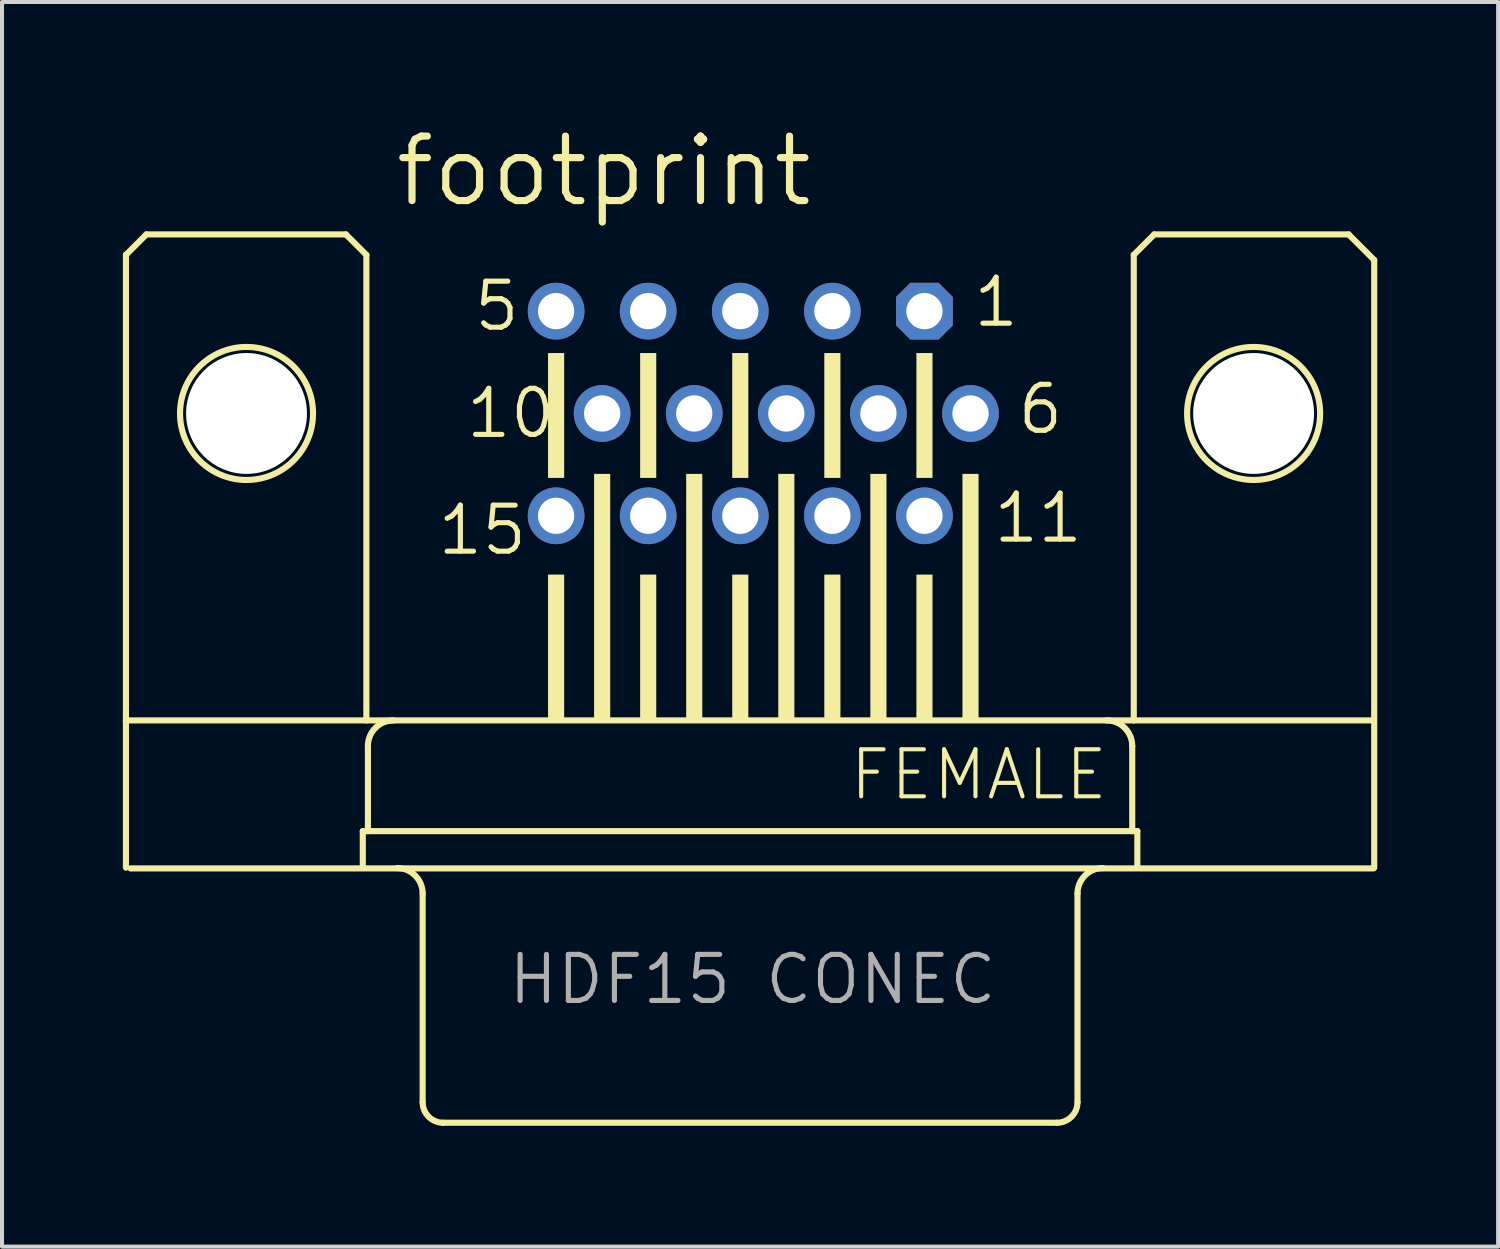
<source format=kicad_pcb>
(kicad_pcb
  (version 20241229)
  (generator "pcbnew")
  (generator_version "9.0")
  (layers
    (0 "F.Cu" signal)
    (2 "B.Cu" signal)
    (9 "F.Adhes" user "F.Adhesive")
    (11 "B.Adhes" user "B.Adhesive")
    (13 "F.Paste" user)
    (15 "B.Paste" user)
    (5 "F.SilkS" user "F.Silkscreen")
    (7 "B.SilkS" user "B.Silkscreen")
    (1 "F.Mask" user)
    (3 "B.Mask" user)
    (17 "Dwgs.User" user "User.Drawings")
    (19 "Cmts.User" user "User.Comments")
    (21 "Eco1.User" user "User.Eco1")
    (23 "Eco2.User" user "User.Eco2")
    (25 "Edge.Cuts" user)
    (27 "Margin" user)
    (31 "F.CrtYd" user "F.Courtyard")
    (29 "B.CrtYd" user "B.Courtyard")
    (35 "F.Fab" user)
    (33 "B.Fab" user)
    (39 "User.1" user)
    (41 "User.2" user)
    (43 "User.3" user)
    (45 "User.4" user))
  (footprint "footprint"
    (layer "F.Cu")
    (at 15.57 7.214)
    (property "Reference" "footprint" (at -8.89 -5.08 0) (layer "F.SilkS") (effects (font (size 1.6 1.6) (thickness 0.178)) (justify left bottom)))
    (fp_line (start -15.494 -3.937) (end -15.494 7.62) (stroke (width 0.152) (type solid)) (layer "F.SilkS"))
    (fp_line (start -15.494 11.276) (end -15.494 7.62) (stroke (width 0.152) (type solid)) (layer "F.SilkS"))
    (fp_line (start -14.986 -4.445) (end -15.494 -3.937) (stroke (width 0.152) (type solid)) (layer "F.SilkS"))
    (fp_line (start -10.033 -4.445) (end -14.986 -4.445) (stroke (width 0.152) (type solid)) (layer "F.SilkS"))
    (fp_line (start -9.614 10.368) (end -9.614 11.276) (stroke (width 0.152) (type solid)) (layer "F.SilkS"))
    (fp_line (start -9.525 -3.937) (end -10.033 -4.445) (stroke (width 0.152) (type solid)) (layer "F.SilkS"))
    (fp_line (start -9.525 -3.937) (end -9.525 7.62) (stroke (width 0.152) (type solid)) (layer "F.SilkS"))
    (fp_line (start -9.487 8.255) (end -9.487 10.368) (stroke (width 0.152) (type solid)) (layer "F.SilkS"))
    (fp_line (start -9.487 10.368) (end -9.614 10.368) (stroke (width 0.152) (type solid)) (layer "F.SilkS"))
    (fp_line (start -8.128 11.919) (end -8.128 17.099) (stroke (width 0.152) (type solid)) (layer "F.SilkS"))
    (fp_line (start 7.62 17.607) (end -7.62 17.607) (stroke (width 0.152) (type solid)) (layer "F.SilkS"))
    (fp_line (start 8.128 11.919) (end 8.128 17.099) (stroke (width 0.152) (type solid)) (layer "F.SilkS"))
    (fp_line (start 9.487 8.255) (end 9.487 10.368) (stroke (width 0.152) (type solid)) (layer "F.SilkS"))
    (fp_line (start 9.487 10.368) (end -9.487 10.368) (stroke (width 0.152) (type solid)) (layer "F.SilkS"))
    (fp_line (start 9.525 -3.937) (end 9.525 7.62) (stroke (width 0.152) (type solid)) (layer "F.SilkS"))
    (fp_line (start 9.614 10.368) (end 9.487 10.368) (stroke (width 0.152) (type solid)) (layer "F.SilkS"))
    (fp_line (start 9.614 10.368) (end 9.614 11.276) (stroke (width 0.152) (type solid)) (layer "F.SilkS"))
    (fp_line (start 10.033 -4.445) (end 9.525 -3.937) (stroke (width 0.152) (type solid)) (layer "F.SilkS"))
    (fp_line (start 10.033 -4.445) (end 14.859 -4.445) (stroke (width 0.152) (type solid)) (layer "F.SilkS"))
    (fp_line (start 14.859 -4.445) (end 15.494 -3.81) (stroke (width 0.152) (type solid)) (layer "F.SilkS"))
    (fp_line (start 15.475 7.62) (end -15.494 7.62) (stroke (width 0.152) (type solid)) (layer "F.SilkS"))
    (fp_line (start 15.476 11.294) (end -15.38 11.294) (stroke (width 0.152) (type solid)) (layer "F.SilkS"))
    (fp_line (start 15.494 -3.81) (end 15.494 11.276) (stroke (width 0.152) (type solid)) (layer "F.SilkS"))
    (fp_arc (start -9.487 8.255) (mid -9.301013 7.805987) (end -8.852 7.62) (stroke (width 0.1524) (type solid)) (layer "F.SilkS"))
    (fp_arc (start -8.763 11.284) (mid -8.313987 11.469987) (end -8.128 11.919) (stroke (width 0.1524) (type solid)) (layer "F.SilkS"))
    (fp_arc (start -7.62 17.607) (mid -7.97921 17.45821) (end -8.128 17.099) (stroke (width 0.1524) (type solid)) (layer "F.SilkS"))
    (fp_arc (start 8.128 11.919) (mid 8.313987 11.469987) (end 8.763 11.284) (stroke (width 0.1524) (type solid)) (layer "F.SilkS"))
    (fp_arc (start 8.128 17.099) (mid 7.97921 17.45821) (end 7.62 17.607) (stroke (width 0.1524) (type solid)) (layer "F.SilkS"))
    (fp_arc (start 8.852 7.62) (mid 9.301013 7.805987) (end 9.487 8.255) (stroke (width 0.1524) (type solid)) (layer "F.SilkS"))
    (fp_circle (center -12.5 0) (end -10.849 0) (stroke (width 0.152) (type solid)) (fill no) (layer "F.SilkS"))
    (fp_circle (center 12.5 0) (end 14.151 0) (stroke (width 0.152) (type solid)) (fill no) (layer "F.SilkS"))
    (fp_poly (pts (xy -5.015 1.6) (xy -4.615 1.6) (xy -4.615 -1.5) (xy -5.015 -1.5)) (stroke (width 0) (type solid)) (fill yes) (layer "F.SilkS"))
    (fp_poly (pts (xy -5.015 7.6) (xy -4.615 7.6) (xy -4.615 4) (xy -5.015 4)) (stroke (width 0) (type solid)) (fill yes) (layer "F.SilkS"))
    (fp_poly (pts (xy -3.872 7.6) (xy -3.472 7.6) (xy -3.472 1.5) (xy -3.872 1.5)) (stroke (width 0) (type solid)) (fill yes) (layer "F.SilkS"))
    (fp_poly (pts (xy -2.729 1.6) (xy -2.329 1.6) (xy -2.329 -1.5) (xy -2.729 -1.5)) (stroke (width 0) (type solid)) (fill yes) (layer "F.SilkS"))
    (fp_poly (pts (xy -2.729 7.6) (xy -2.329 7.6) (xy -2.329 4) (xy -2.729 4)) (stroke (width 0) (type solid)) (fill yes) (layer "F.SilkS"))
    (fp_poly (pts (xy -1.586 7.6) (xy -1.186 7.6) (xy -1.186 1.5) (xy -1.586 1.5)) (stroke (width 0) (type solid)) (fill yes) (layer "F.SilkS"))
    (fp_poly (pts (xy -0.443 1.6) (xy -0.043 1.6) (xy -0.043 -1.5) (xy -0.443 -1.5)) (stroke (width 0) (type solid)) (fill yes) (layer "F.SilkS"))
    (fp_poly (pts (xy -0.443 7.6) (xy -0.043 7.6) (xy -0.043 4) (xy -0.443 4)) (stroke (width 0) (type solid)) (fill yes) (layer "F.SilkS"))
    (fp_poly (pts (xy 0.7 7.6) (xy 1.1 7.6) (xy 1.1 1.5) (xy 0.7 1.5)) (stroke (width 0) (type solid)) (fill yes) (layer "F.SilkS"))
    (fp_poly (pts (xy 1.843 1.6) (xy 2.243 1.6) (xy 2.243 -1.5) (xy 1.843 -1.5)) (stroke (width 0) (type solid)) (fill yes) (layer "F.SilkS"))
    (fp_poly (pts (xy 1.843 7.6) (xy 2.243 7.6) (xy 2.243 4) (xy 1.843 4)) (stroke (width 0) (type solid)) (fill yes) (layer "F.SilkS"))
    (fp_poly (pts (xy 2.986 7.6) (xy 3.386 7.6) (xy 3.386 1.5) (xy 2.986 1.5)) (stroke (width 0) (type solid)) (fill yes) (layer "F.SilkS"))
    (fp_poly (pts (xy 4.129 1.6) (xy 4.529 1.6) (xy 4.529 -1.5) (xy 4.129 -1.5)) (stroke (width 0) (type solid)) (fill yes) (layer "F.SilkS"))
    (fp_poly (pts (xy 4.129 7.6) (xy 4.529 7.6) (xy 4.529 4) (xy 4.129 4)) (stroke (width 0) (type solid)) (fill yes) (layer "F.SilkS"))
    (fp_poly (pts (xy 5.272 7.6) (xy 5.672 7.6) (xy 5.672 1.5) (xy 5.272 1.5)) (stroke (width 0) (type solid)) (fill yes) (layer "F.SilkS"))
    (fp_text user "6" (at 6.58 0.565 0) (layer "F.SilkS") (effects (font (size 1.143 1.143) (thickness 0.127)) (justify left bottom)))
    (fp_text user "FEMALE" (at 2.413 9.652 0) (layer "F.SilkS") (effects (font (size 1.168 1.168) (thickness 0.102)) (justify left bottom)))
    (fp_text user "15" (at -7.82 3.565 0) (layer "F.SilkS") (effects (font (size 1.143 1.143) (thickness 0.127)) (justify left bottom)))
    (fp_text user "11" (at 5.98 3.265 0) (layer "F.SilkS") (effects (font (size 1.143 1.143) (thickness 0.127)) (justify left bottom)))
    (fp_text user "5" (at -6.915 -1.995 0) (layer "F.SilkS") (effects (font (size 1.143 1.143) (thickness 0.127)) (justify left bottom)))
    (fp_text user "1" (at 5.48 -2.095 0) (layer "F.SilkS") (effects (font (size 1.143 1.143) (thickness 0.127)) (justify left bottom)))
    (fp_text user "10" (at -7.115 0.665 0) (layer "F.SilkS") (effects (font (size 1.143 1.143) (thickness 0.127)) (justify left bottom)))
    (fp_text user "HDF15 CONEC" (at -6.064 14.717 0) (layer "F.Fab") (effects (font (size 1.143 1.143) (thickness 0.127)) (justify left bottom)))
    (pad "" np_thru_hole circle (at -12.5 0) (size 3 3) (drill 3) (layers "*.Cu" "*.Mask"))
    (pad "" np_thru_hole circle (at 12.5 0) (size 3 3) (drill 3) (layers "*.Cu" "*.Mask"))
    (pad "1" thru_hole roundrect (at 4.329 -2.54) (size 1.408 1.408) (drill 0.9) (layers "*.Cu" "*.Mask") (roundrect_rratio 0.25) (chamfer_ratio 0.25) (chamfer top_left top_right bottom_left bottom_right))
    (pad "2" thru_hole circle (at 2.043 -2.54) (size 1.408 1.408) (drill 0.9) (layers "*.Cu" "*.Mask"))
    (pad "3" thru_hole circle (at -0.243 -2.54) (size 1.408 1.408) (drill 0.9) (layers "*.Cu" "*.Mask"))
    (pad "4" thru_hole circle (at -2.529 -2.54) (size 1.408 1.408) (drill 0.9) (layers "*.Cu" "*.Mask"))
    (pad "5" thru_hole circle (at -4.815 -2.54) (size 1.408 1.408) (drill 0.9) (layers "*.Cu" "*.Mask"))
    (pad "6" thru_hole circle (at 5.472 0) (size 1.408 1.408) (drill 0.9) (layers "*.Cu" "*.Mask"))
    (pad "7" thru_hole circle (at 3.186 0) (size 1.408 1.408) (drill 0.9) (layers "*.Cu" "*.Mask"))
    (pad "8" thru_hole circle (at 0.9 0) (size 1.408 1.408) (drill 0.9) (layers "*.Cu" "*.Mask"))
    (pad "9" thru_hole circle (at -1.386 0) (size 1.408 1.408) (drill 0.9) (layers "*.Cu" "*.Mask"))
    (pad "10" thru_hole circle (at -3.672 0) (size 1.408 1.408) (drill 0.9) (layers "*.Cu" "*.Mask"))
    (pad "11" thru_hole circle (at 4.329 2.54) (size 1.408 1.408) (drill 0.9) (layers "*.Cu" "*.Mask"))
    (pad "12" thru_hole circle (at 2.043 2.54) (size 1.408 1.408) (drill 0.9) (layers "*.Cu" "*.Mask"))
    (pad "13" thru_hole circle (at -0.243 2.54) (size 1.408 1.408) (drill 0.9) (layers "*.Cu" "*.Mask"))
    (pad "14" thru_hole circle (at -2.529 2.54) (size 1.408 1.408) (drill 0.9) (layers "*.Cu" "*.Mask"))
    (pad "15" thru_hole circle (at -4.815 2.54) (size 1.408 1.408) (drill 0.9) (layers "*.Cu" "*.Mask"))
    (zone (net_name "") (layers "F.Cu" "B.Cu") (hatch edge 0.508) (connect_pads) (min_thickness 0.254) (filled_areas_thickness no) (keepout (tracks allowed) (vias not_allowed) (pads allowed) (copperpour allowed) (footprints allowed)) (placement (enabled no)) (fill) (polygon (pts (xy 5.737 7.214) (xy 5.697 6.75) (xy 5.576 6.301) (xy 5.38 5.88) (xy 5.113 5.499) (xy 4.785 5.171) (xy 4.404 4.904) (xy 3.982 4.707) (xy 3.533 4.587) (xy 3.07 4.547) (xy 2.607 4.587) (xy 2.158 4.707) (xy 1.737 4.904) (xy 1.356 5.171) (xy 1.027 5.499) (xy 0.761 5.88) (xy 0.564 6.301) (xy 0.444 6.75) (xy 0.403 7.214) (xy 0.444 7.677) (xy 0.564 8.126) (xy 0.761 8.547) (xy 1.027 8.928) (xy 1.356 9.257) (xy 1.737 9.523) (xy 2.158 9.72) (xy 2.607 9.84) (xy 3.07 9.881) (xy 3.533 9.84) (xy 3.982 9.72) (xy 4.404 9.523) (xy 4.785 9.257) (xy 5.113 8.928) (xy 5.38 8.547) (xy 5.576 8.126) (xy 5.697 7.677))))
    (zone (net_name "") (layers "F.Cu" "B.Cu") (hatch edge 0.508) (connect_pads) (min_thickness 0.254) (filled_areas_thickness no) (keepout (tracks allowed) (vias not_allowed) (pads allowed) (copperpour allowed) (footprints allowed)) (placement (enabled no)) (fill) (polygon (pts (xy 30.737 7.214) (xy 30.697 6.75) (xy 30.576 6.301) (xy 30.38 5.88) (xy 30.113 5.499) (xy 29.785 5.171) (xy 29.404 4.904) (xy 28.982 4.707) (xy 28.533 4.587) (xy 28.07 4.547) (xy 27.607 4.587) (xy 27.158 4.707) (xy 26.737 4.904) (xy 26.356 5.171) (xy 26.027 5.499) (xy 25.761 5.88) (xy 25.564 6.301) (xy 25.444 6.75) (xy 25.403 7.214) (xy 25.444 7.677) (xy 25.564 8.126) (xy 25.761 8.547) (xy 26.027 8.928) (xy 26.356 9.257) (xy 26.737 9.523) (xy 27.158 9.72) (xy 27.607 9.84) (xy 28.07 9.881) (xy 28.533 9.84) (xy 28.982 9.72) (xy 29.404 9.523) (xy 29.785 9.257) (xy 30.113 8.928) (xy 30.38 8.547) (xy 30.576 8.126) (xy 30.697 7.677))))
    (zone (net_name "") (layer "B.Cu") (hatch edge 0.508) (connect_pads) (min_thickness 0.254) (filled_areas_thickness no) (keepout (tracks not_allowed) (vias not_allowed) (pads not_allowed) (copperpour not_allowed) (footprints allowed)) (placement (enabled no)) (fill) (polygon (pts (xy 5.737 7.214) (xy 5.697 6.75) (xy 5.576 6.301) (xy 5.38 5.88) (xy 5.113 5.499) (xy 4.785 5.171) (xy 4.404 4.904) (xy 3.982 4.707) (xy 3.533 4.587) (xy 3.07 4.547) (xy 2.607 4.587) (xy 2.158 4.707) (xy 1.737 4.904) (xy 1.356 5.171) (xy 1.027 5.499) (xy 0.761 5.88) (xy 0.564 6.301) (xy 0.444 6.75) (xy 0.403 7.214) (xy 0.444 7.677) (xy 0.564 8.126) (xy 0.761 8.547) (xy 1.027 8.928) (xy 1.356 9.257) (xy 1.737 9.523) (xy 2.158 9.72) (xy 2.607 9.84) (xy 3.07 9.881) (xy 3.533 9.84) (xy 3.982 9.72) (xy 4.404 9.523) (xy 4.785 9.257) (xy 5.113 8.928) (xy 5.38 8.547) (xy 5.576 8.126) (xy 5.697 7.677))))
    (zone (net_name "") (layer "B.Cu") (hatch edge 0.508) (connect_pads) (min_thickness 0.254) (filled_areas_thickness no) (keepout (tracks not_allowed) (vias not_allowed) (pads not_allowed) (copperpour not_allowed) (footprints allowed)) (placement (enabled no)) (fill) (polygon (pts (xy 30.737 7.214) (xy 30.697 6.75) (xy 30.576 6.301) (xy 30.38 5.88) (xy 30.113 5.499) (xy 29.785 5.171) (xy 29.404 4.904) (xy 28.982 4.707) (xy 28.533 4.587) (xy 28.07 4.547) (xy 27.607 4.587) (xy 27.158 4.707) (xy 26.737 4.904) (xy 26.356 5.171) (xy 26.027 5.499) (xy 25.761 5.88) (xy 25.564 6.301) (xy 25.444 6.75) (xy 25.403 7.214) (xy 25.444 7.677) (xy 25.564 8.126) (xy 25.761 8.547) (xy 26.027 8.928) (xy 26.356 9.257) (xy 26.737 9.523) (xy 27.158 9.72) (xy 27.607 9.84) (xy 28.07 9.881) (xy 28.533 9.84) (xy 28.982 9.72) (xy 29.404 9.523) (xy 29.785 9.257) (xy 30.113 8.928) (xy 30.38 8.547) (xy 30.576 8.126) (xy 30.697 7.677)))))
  (gr_rect
    (start -3 -3)
    (end 34.14 27.897)
    (stroke (width 0.1) (type default))
    (fill no)
    (layer "Edge.Cuts")))
</source>
